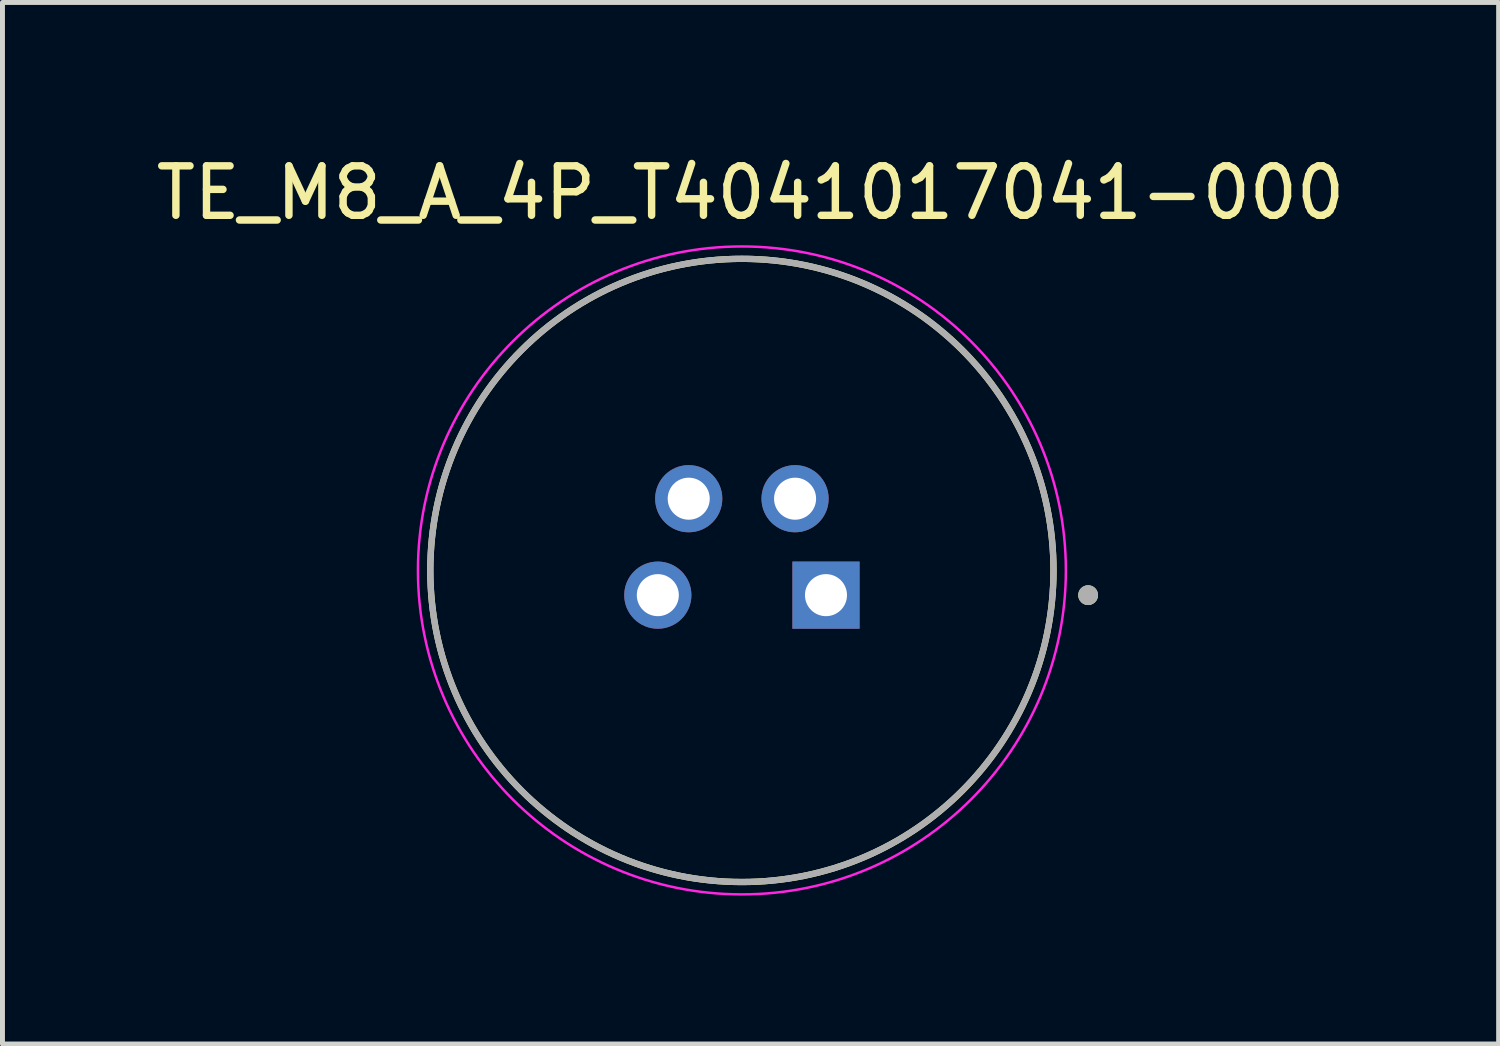
<source format=kicad_pcb>
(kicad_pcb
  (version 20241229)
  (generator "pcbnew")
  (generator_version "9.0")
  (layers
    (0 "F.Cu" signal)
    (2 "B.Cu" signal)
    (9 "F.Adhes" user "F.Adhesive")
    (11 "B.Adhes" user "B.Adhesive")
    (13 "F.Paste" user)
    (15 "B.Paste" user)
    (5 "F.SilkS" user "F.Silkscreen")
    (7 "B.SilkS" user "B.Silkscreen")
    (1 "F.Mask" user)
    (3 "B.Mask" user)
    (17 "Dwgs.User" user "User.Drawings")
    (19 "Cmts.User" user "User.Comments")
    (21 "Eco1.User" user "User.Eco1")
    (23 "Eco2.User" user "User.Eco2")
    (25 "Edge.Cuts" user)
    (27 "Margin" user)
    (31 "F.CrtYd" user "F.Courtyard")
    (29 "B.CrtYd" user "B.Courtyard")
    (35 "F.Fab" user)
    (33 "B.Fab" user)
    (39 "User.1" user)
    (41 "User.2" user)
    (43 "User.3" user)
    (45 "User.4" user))
  (footprint "TE_M8_A_4P_T4041017041-000"
    (layer "F.Cu")
    (at 11.95 8.483)
    (property "Reference" "TE_M8_A_4P_T4041017041-000" (at 0.175 -7.635 0) (layer "F.SilkS") (effects (font (size 1 1) (thickness 0.15))))
    (attr through_hole)
    (fp_circle (center 0 0) (end 6.3 0) (stroke (width 0.127) (type solid)) (fill no) (layer "F.SilkS"))
    (fp_circle (center 7 0.5) (end 7.1 0.5) (stroke (width 0.2) (type solid)) (fill no) (layer "F.SilkS"))
    (fp_circle (center 0 0) (end 6.55 0) (stroke (width 0.05) (type solid)) (fill no) (layer "F.CrtYd"))
    (fp_circle (center 0 0) (end 6.3 0) (stroke (width 0.127) (type solid)) (fill no) (layer "F.Fab"))
    (fp_circle (center 7 0.5) (end 7.1 0.5) (stroke (width 0.2) (type solid)) (fill no) (layer "F.Fab"))
    (pad "1" thru_hole rect (at 1.7 0.5) (size 1.358 1.358) (drill 0.85) (layers "*.Cu" "*.Mask"))
    (pad "2" thru_hole circle (at 1.075 -1.45) (size 1.358 1.358) (drill 0.85) (layers "*.Cu" "*.Mask"))
    (pad "3" thru_hole circle (at -1.7 0.5) (size 1.358 1.358) (drill 0.85) (layers "*.Cu" "*.Mask"))
    (pad "4" thru_hole circle (at -1.075 -1.45) (size 1.358 1.358) (drill 0.85) (layers "*.Cu" "*.Mask")))
  (gr_rect
    (start -3 -3)
    (end 27.25 18.058)
    (stroke (width 0.1) (type default))
    (fill no)
    (layer "Edge.Cuts")))
</source>
